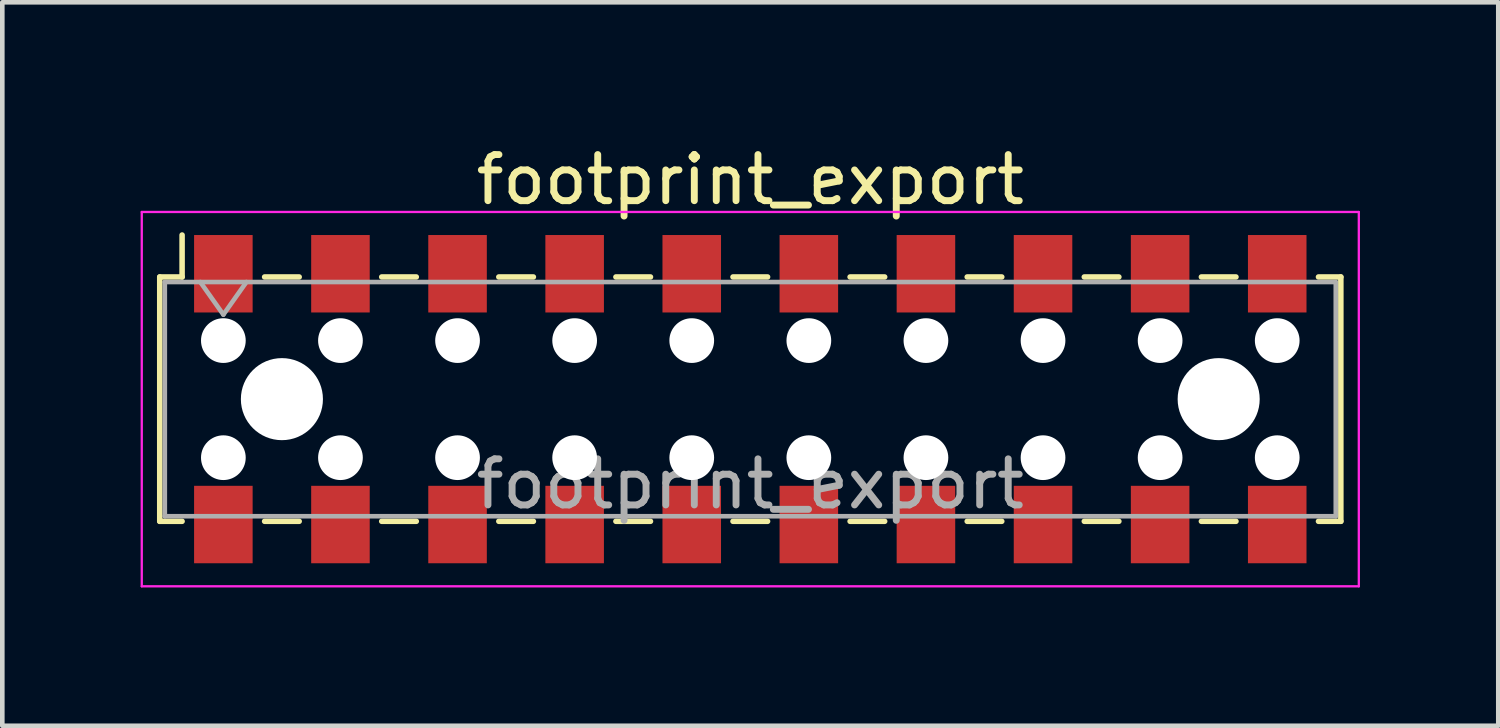
<source format=kicad_pcb>
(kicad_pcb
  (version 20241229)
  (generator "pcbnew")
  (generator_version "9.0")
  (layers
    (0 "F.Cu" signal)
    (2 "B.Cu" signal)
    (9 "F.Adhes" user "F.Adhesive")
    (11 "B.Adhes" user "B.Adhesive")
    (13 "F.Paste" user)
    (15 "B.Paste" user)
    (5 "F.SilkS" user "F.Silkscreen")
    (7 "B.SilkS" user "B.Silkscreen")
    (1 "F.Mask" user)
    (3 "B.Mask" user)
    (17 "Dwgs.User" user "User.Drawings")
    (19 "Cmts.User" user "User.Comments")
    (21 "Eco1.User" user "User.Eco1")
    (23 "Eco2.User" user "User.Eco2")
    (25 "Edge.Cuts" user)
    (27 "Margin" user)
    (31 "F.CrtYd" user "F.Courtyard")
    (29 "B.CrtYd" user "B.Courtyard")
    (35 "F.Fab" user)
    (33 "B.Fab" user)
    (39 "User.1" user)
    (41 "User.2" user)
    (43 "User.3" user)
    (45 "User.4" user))
  (footprint "footprint_export"
    (layer "F.Cu")
    (at 13.225 5.608)
    (property "Reference" "footprint_export" (at 0 -4.76 0) (layer "F.SilkS") (effects (font (size 1 1) (thickness 0.15))))
    (attr smd)
    (fp_line (start -12.81 -2.65) (end -12.81 2.65) (stroke (width 0.12) (type solid)) (layer "F.SilkS"))
    (fp_line (start -12.81 2.65) (end -12.325 2.65) (stroke (width 0.12) (type solid)) (layer "F.SilkS"))
    (fp_line (start -12.325 -3.56) (end -12.325 -2.65) (stroke (width 0.12) (type solid)) (layer "F.SilkS"))
    (fp_line (start -12.325 -2.65) (end -12.81 -2.65) (stroke (width 0.12) (type solid)) (layer "F.SilkS"))
    (fp_line (start -10.535 -2.65) (end -9.785 -2.65) (stroke (width 0.12) (type solid)) (layer "F.SilkS"))
    (fp_line (start -10.535 2.65) (end -9.785 2.65) (stroke (width 0.12) (type solid)) (layer "F.SilkS"))
    (fp_line (start -7.995 -2.65) (end -7.245 -2.65) (stroke (width 0.12) (type solid)) (layer "F.SilkS"))
    (fp_line (start -7.995 2.65) (end -7.245 2.65) (stroke (width 0.12) (type solid)) (layer "F.SilkS"))
    (fp_line (start -5.455 -2.65) (end -4.705 -2.65) (stroke (width 0.12) (type solid)) (layer "F.SilkS"))
    (fp_line (start -5.455 2.65) (end -4.705 2.65) (stroke (width 0.12) (type solid)) (layer "F.SilkS"))
    (fp_line (start -2.915 -2.65) (end -2.165 -2.65) (stroke (width 0.12) (type solid)) (layer "F.SilkS"))
    (fp_line (start -2.915 2.65) (end -2.165 2.65) (stroke (width 0.12) (type solid)) (layer "F.SilkS"))
    (fp_line (start -0.375 -2.65) (end 0.375 -2.65) (stroke (width 0.12) (type solid)) (layer "F.SilkS"))
    (fp_line (start -0.375 2.65) (end 0.375 2.65) (stroke (width 0.12) (type solid)) (layer "F.SilkS"))
    (fp_line (start 2.165 -2.65) (end 2.915 -2.65) (stroke (width 0.12) (type solid)) (layer "F.SilkS"))
    (fp_line (start 2.165 2.65) (end 2.915 2.65) (stroke (width 0.12) (type solid)) (layer "F.SilkS"))
    (fp_line (start 4.705 -2.65) (end 5.455 -2.65) (stroke (width 0.12) (type solid)) (layer "F.SilkS"))
    (fp_line (start 4.705 2.65) (end 5.455 2.65) (stroke (width 0.12) (type solid)) (layer "F.SilkS"))
    (fp_line (start 7.245 -2.65) (end 7.995 -2.65) (stroke (width 0.12) (type solid)) (layer "F.SilkS"))
    (fp_line (start 7.245 2.65) (end 7.995 2.65) (stroke (width 0.12) (type solid)) (layer "F.SilkS"))
    (fp_line (start 9.785 -2.65) (end 10.535 -2.65) (stroke (width 0.12) (type solid)) (layer "F.SilkS"))
    (fp_line (start 9.785 2.65) (end 10.535 2.65) (stroke (width 0.12) (type solid)) (layer "F.SilkS"))
    (fp_line (start 12.325 -2.65) (end 12.81 -2.65) (stroke (width 0.12) (type solid)) (layer "F.SilkS"))
    (fp_line (start 12.81 -2.65) (end 12.81 2.65) (stroke (width 0.12) (type solid)) (layer "F.SilkS"))
    (fp_line (start 12.81 2.65) (end 12.325 2.65) (stroke (width 0.12) (type solid)) (layer "F.SilkS"))
    (fp_line (start -13.2 -4.06) (end 13.2 -4.06) (stroke (width 0.05) (type solid)) (layer "F.CrtYd"))
    (fp_line (start -13.2 4.06) (end -13.2 -4.06) (stroke (width 0.05) (type solid)) (layer "F.CrtYd"))
    (fp_line (start 13.2 -4.06) (end 13.2 4.06) (stroke (width 0.05) (type solid)) (layer "F.CrtYd"))
    (fp_line (start 13.2 4.06) (end -13.2 4.06) (stroke (width 0.05) (type solid)) (layer "F.CrtYd"))
    (fp_line (start -12.7 -2.54) (end 12.7 -2.54) (stroke (width 0.1) (type solid)) (layer "F.Fab"))
    (fp_line (start -12.7 2.54) (end -12.7 -2.54) (stroke (width 0.1) (type solid)) (layer "F.Fab"))
    (fp_line (start -11.93 -2.54) (end -11.43 -1.833) (stroke (width 0.1) (type solid)) (layer "F.Fab"))
    (fp_line (start -11.43 -1.833) (end -10.93 -2.54) (stroke (width 0.1) (type solid)) (layer "F.Fab"))
    (fp_line (start 12.7 -2.54) (end 12.7 2.54) (stroke (width 0.1) (type solid)) (layer "F.Fab"))
    (fp_line (start 12.7 2.54) (end -12.7 2.54) (stroke (width 0.1) (type solid)) (layer "F.Fab"))
    (fp_text user "${REFERENCE}" (at 0 1.84 0) (layer "F.Fab") (effects (font (size 1 1) (thickness 0.15))))
    (pad "" np_thru_hole circle (at -11.43 -1.27) (size 0.97 0.97) (drill 0.97) (layers "*.Cu" "*.Mask"))
    (pad "" np_thru_hole circle (at -11.43 1.27) (size 0.97 0.97) (drill 0.97) (layers "*.Cu" "*.Mask"))
    (pad "" np_thru_hole circle (at -10.16 0) (size 1.78 1.78) (drill 1.78) (layers "*.Cu" "*.Mask"))
    (pad "" np_thru_hole circle (at -8.89 -1.27) (size 0.97 0.97) (drill 0.97) (layers "*.Cu" "*.Mask"))
    (pad "" np_thru_hole circle (at -8.89 1.27) (size 0.97 0.97) (drill 0.97) (layers "*.Cu" "*.Mask"))
    (pad "" np_thru_hole circle (at -6.35 -1.27) (size 0.97 0.97) (drill 0.97) (layers "*.Cu" "*.Mask"))
    (pad "" np_thru_hole circle (at -6.35 1.27) (size 0.97 0.97) (drill 0.97) (layers "*.Cu" "*.Mask"))
    (pad "" np_thru_hole circle (at -3.81 -1.27) (size 0.97 0.97) (drill 0.97) (layers "*.Cu" "*.Mask"))
    (pad "" np_thru_hole circle (at -3.81 1.27) (size 0.97 0.97) (drill 0.97) (layers "*.Cu" "*.Mask"))
    (pad "" np_thru_hole circle (at -1.27 -1.27) (size 0.97 0.97) (drill 0.97) (layers "*.Cu" "*.Mask"))
    (pad "" np_thru_hole circle (at -1.27 1.27) (size 0.97 0.97) (drill 0.97) (layers "*.Cu" "*.Mask"))
    (pad "" np_thru_hole circle (at 1.27 -1.27) (size 0.97 0.97) (drill 0.97) (layers "*.Cu" "*.Mask"))
    (pad "" np_thru_hole circle (at 1.27 1.27) (size 0.97 0.97) (drill 0.97) (layers "*.Cu" "*.Mask"))
    (pad "" np_thru_hole circle (at 3.81 -1.27) (size 0.97 0.97) (drill 0.97) (layers "*.Cu" "*.Mask"))
    (pad "" np_thru_hole circle (at 3.81 1.27) (size 0.97 0.97) (drill 0.97) (layers "*.Cu" "*.Mask"))
    (pad "" np_thru_hole circle (at 6.35 -1.27) (size 0.97 0.97) (drill 0.97) (layers "*.Cu" "*.Mask"))
    (pad "" np_thru_hole circle (at 6.35 1.27) (size 0.97 0.97) (drill 0.97) (layers "*.Cu" "*.Mask"))
    (pad "" np_thru_hole circle (at 8.89 -1.27) (size 0.97 0.97) (drill 0.97) (layers "*.Cu" "*.Mask"))
    (pad "" np_thru_hole circle (at 8.89 1.27) (size 0.97 0.97) (drill 0.97) (layers "*.Cu" "*.Mask"))
    (pad "" np_thru_hole circle (at 10.16 0) (size 1.78 1.78) (drill 1.78) (layers "*.Cu" "*.Mask"))
    (pad "" np_thru_hole circle (at 11.43 -1.27) (size 0.97 0.97) (drill 0.97) (layers "*.Cu" "*.Mask"))
    (pad "" np_thru_hole circle (at 11.43 1.27) (size 0.97 0.97) (drill 0.97) (layers "*.Cu" "*.Mask"))
    (pad "1" smd rect (at -11.43 -2.72) (size 1.27 1.68) (layers "F.Cu" "F.Mask" "F.Paste"))
    (pad "2" smd rect (at -11.43 2.72) (size 1.27 1.68) (layers "F.Cu" "F.Mask" "F.Paste"))
    (pad "3" smd rect (at -8.89 -2.72) (size 1.27 1.68) (layers "F.Cu" "F.Mask" "F.Paste"))
    (pad "4" smd rect (at -8.89 2.72) (size 1.27 1.68) (layers "F.Cu" "F.Mask" "F.Paste"))
    (pad "5" smd rect (at -6.35 -2.72) (size 1.27 1.68) (layers "F.Cu" "F.Mask" "F.Paste"))
    (pad "6" smd rect (at -6.35 2.72) (size 1.27 1.68) (layers "F.Cu" "F.Mask" "F.Paste"))
    (pad "7" smd rect (at -3.81 -2.72) (size 1.27 1.68) (layers "F.Cu" "F.Mask" "F.Paste"))
    (pad "8" smd rect (at -3.81 2.72) (size 1.27 1.68) (layers "F.Cu" "F.Mask" "F.Paste"))
    (pad "9" smd rect (at -1.27 -2.72) (size 1.27 1.68) (layers "F.Cu" "F.Mask" "F.Paste"))
    (pad "10" smd rect (at -1.27 2.72) (size 1.27 1.68) (layers "F.Cu" "F.Mask" "F.Paste"))
    (pad "11" smd rect (at 1.27 -2.72) (size 1.27 1.68) (layers "F.Cu" "F.Mask" "F.Paste"))
    (pad "12" smd rect (at 1.27 2.72) (size 1.27 1.68) (layers "F.Cu" "F.Mask" "F.Paste"))
    (pad "13" smd rect (at 3.81 -2.72) (size 1.27 1.68) (layers "F.Cu" "F.Mask" "F.Paste"))
    (pad "14" smd rect (at 3.81 2.72) (size 1.27 1.68) (layers "F.Cu" "F.Mask" "F.Paste"))
    (pad "15" smd rect (at 6.35 -2.72) (size 1.27 1.68) (layers "F.Cu" "F.Mask" "F.Paste"))
    (pad "16" smd rect (at 6.35 2.72) (size 1.27 1.68) (layers "F.Cu" "F.Mask" "F.Paste"))
    (pad "17" smd rect (at 8.89 -2.72) (size 1.27 1.68) (layers "F.Cu" "F.Mask" "F.Paste"))
    (pad "18" smd rect (at 8.89 2.72) (size 1.27 1.68) (layers "F.Cu" "F.Mask" "F.Paste"))
    (pad "19" smd rect (at 11.43 -2.72) (size 1.27 1.68) (layers "F.Cu" "F.Mask" "F.Paste"))
    (pad "20" smd rect (at 11.43 2.72) (size 1.27 1.68) (layers "F.Cu" "F.Mask" "F.Paste")))
  (gr_rect
    (start -3 -3)
    (end 29.45 12.693)
    (stroke (width 0.1) (type default))
    (fill no)
    (layer "Edge.Cuts")))
</source>
